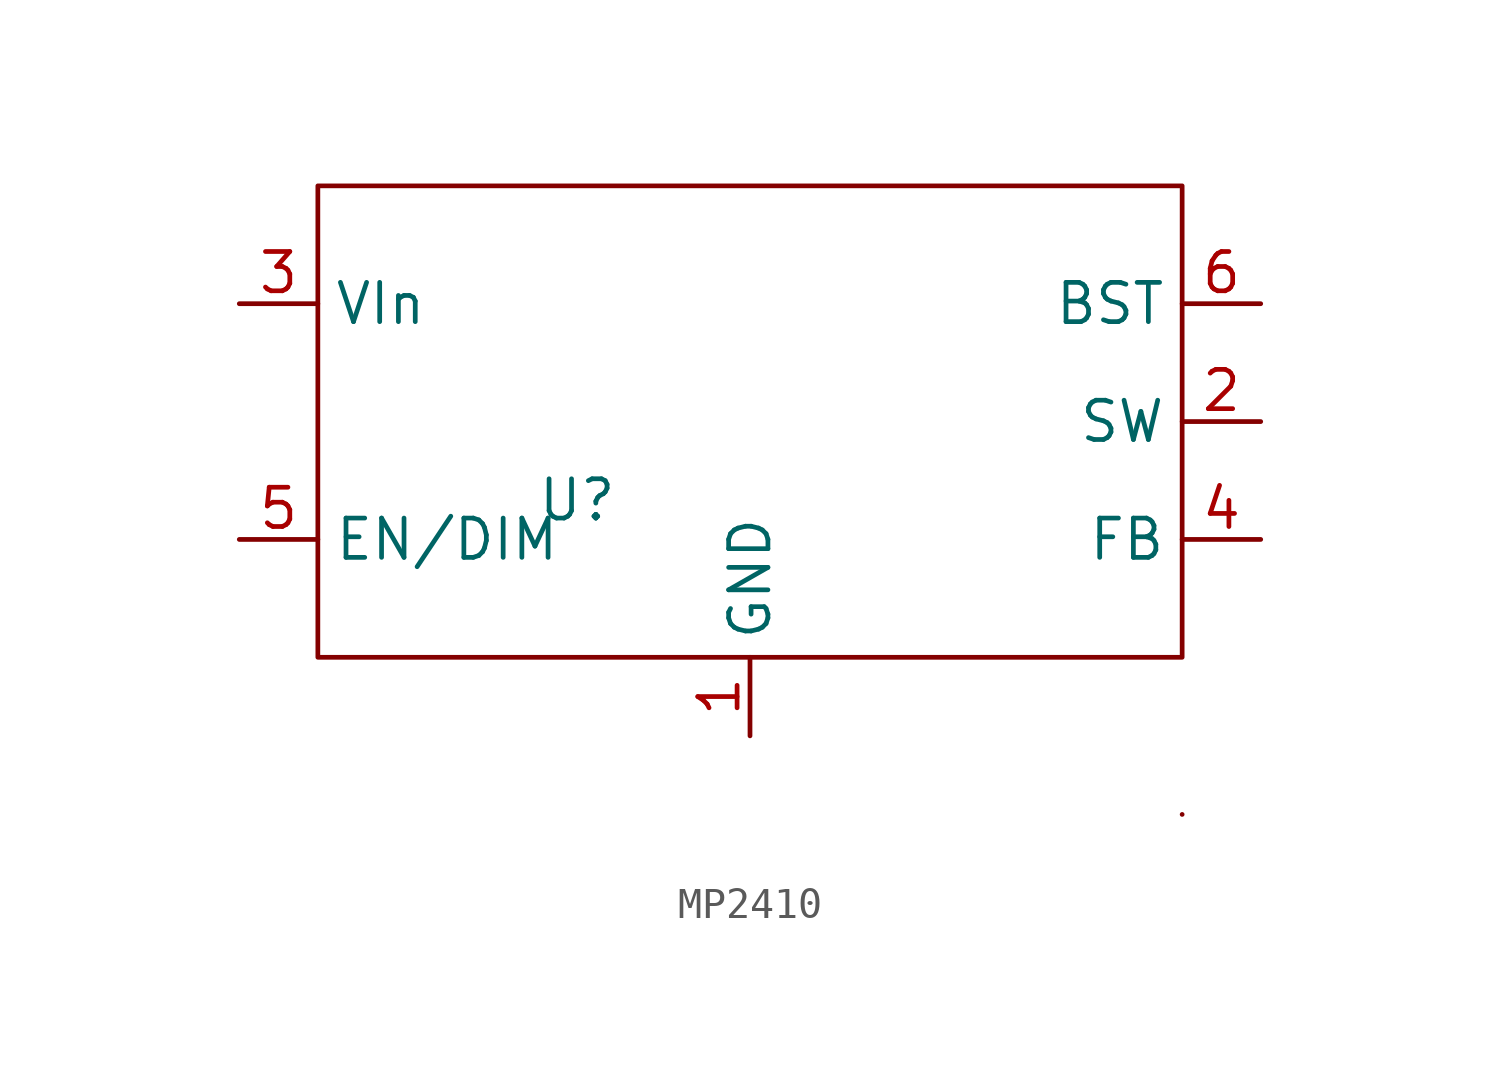
<source format=kicad_sym>
(kicad_symbol_lib
  (version 20241209)
  (generator "kicad_symbol_editor")
  (generator_version "9.0")
  (symbol "MP2410"
    (property "Reference" "U"
      (at -5.588 -2.54 0)
      (effects (font (size 1.27 1.27))))
    (property "Value" ""
      (at 0 0 0)
      (effects (font (size 1.27 1.27))))
    (symbol "MP2410_0_1"
      (rectangle (start -13.97 7.62) (end 13.97 -7.62) (stroke (width 0) (type default)) (fill (type none)))
      (rectangle (start 13.97 -12.7) (end 13.97 -12.7) (stroke (width 0) (type default)) (fill (type none))))
    (symbol "MP2410_1_1"
      (pin power_in line (at -16.51 3.81 0) (length 2.54) (name "VIn" (effects (font (size 1.27 1.27)))) (number "3" (effects (font (size 1.27 1.27)))))
      (pin input line (at -16.51 -3.81 0) (length 2.54) (name "EN/DIM" (effects (font (size 1.27 1.27)))) (number "5" (effects (font (size 1.27 1.27)))))
      (pin power_in line (at 0 -10.16 90) (length 2.54) (name "GND" (effects (font (size 1.27 1.27)))) (number "1" (effects (font (size 1.27 1.27)))))
      (pin input line (at 16.51 3.81 180) (length 2.54) (name "BST" (effects (font (size 1.27 1.27)))) (number "6" (effects (font (size 1.27 1.27)))))
      (pin power_out line (at 16.51 0 180) (length 2.54) (name "SW" (effects (font (size 1.27 1.27)))) (number "2" (effects (font (size 1.27 1.27)))))
      (pin input line (at 16.51 -3.81 180) (length 2.54) (name "FB" (effects (font (size 1.27 1.27)))) (number "4" (effects (font (size 1.27 1.27))))))))
</source>
